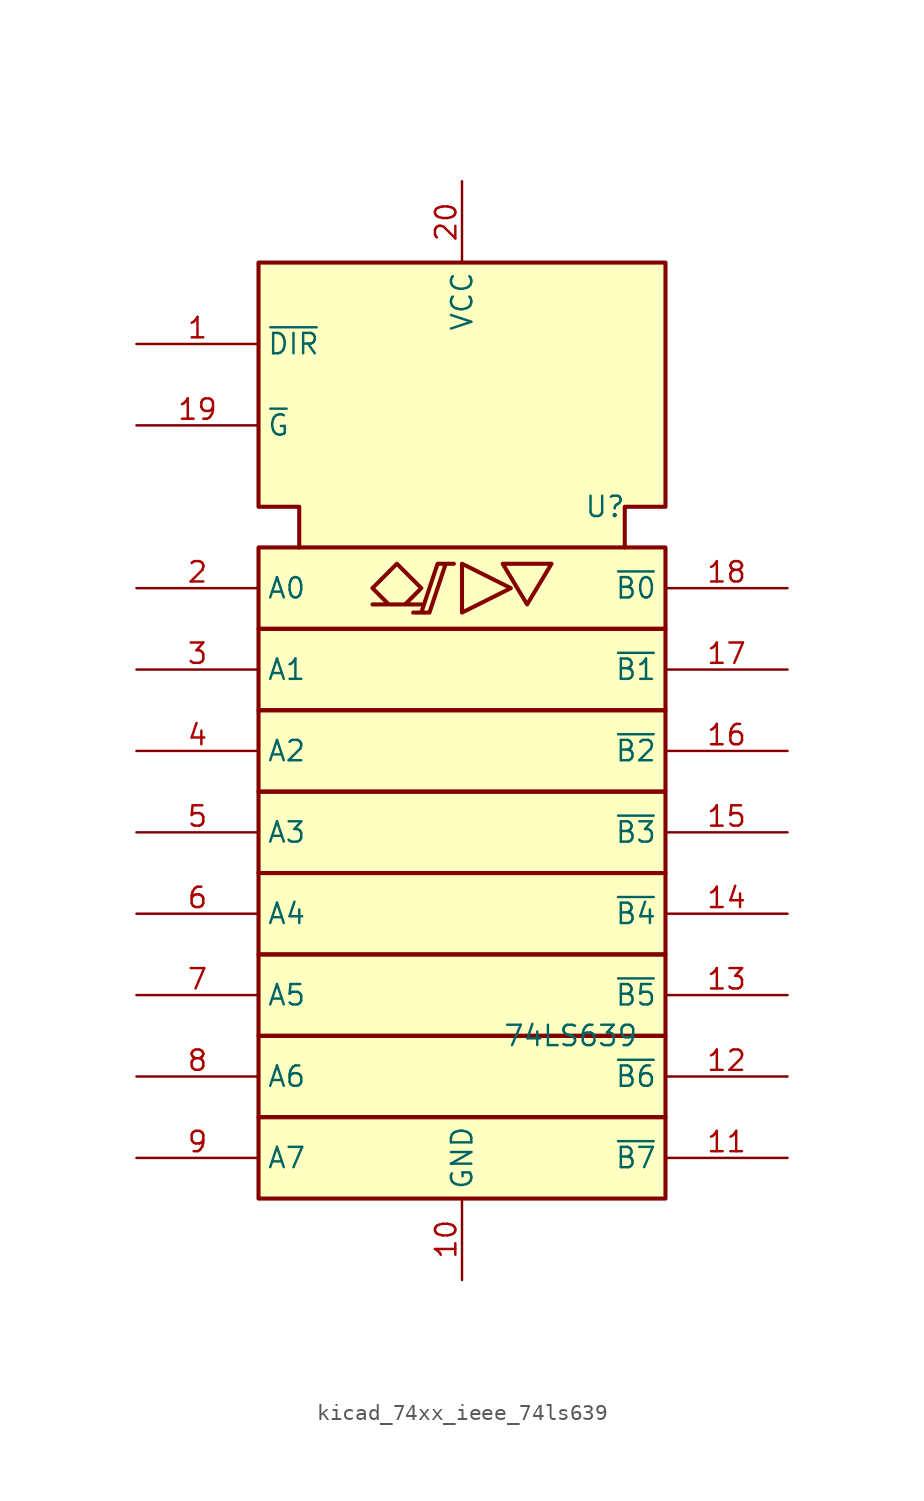
<source format=kicad_sym>
(kicad_symbol_lib
  (version 20220914)
  (generator kicad_symbol_editor)
  (symbol "kicad_74xx_ieee_74ls639"
    (property "Reference" "U"
      (at 7.62 17.78 0)
      (effects (font (size 1.27 1.27)) (justify left)))
    (property "Value" "74LS639"
      (at 2.54 -15.24 0)
      (effects (font (size 1.27 1.27)) (justify left)))
    (symbol "kicad_74xx_ieee_74ls639_0_0"
      (polyline (pts (xy 0 14.224) (xy 0 11.176) (xy 3.048 12.7) (xy 0 14.224) (xy 0 14.224)) (stroke (width 0.254) (type default)) (fill (type background)))
      (polyline (pts (xy 2.54 14.224) (xy 5.588 14.224) (xy 4.064 11.684) (xy 2.54 14.224) (xy 2.54 14.224)) (stroke (width 0.254) (type default)) (fill (type background)))
      (polyline (pts (xy -3.048 11.176) (xy -2.032 11.176) (xy -1.016 14.224) (xy -0.508 14.224) (xy -1.524 14.224) (xy -2.54 11.176) (xy -2.54 11.176)) (stroke (width 0.254) (type default)) (fill (type background)))
      (polyline (pts (xy -4.064 14.224) (xy -5.588 12.7) (xy -4.572 11.684) (xy -5.588 11.684) (xy -2.54 11.684) (xy -3.556 11.684) (xy -2.54 12.7) (xy -4.064 14.224) (xy -4.064 14.224)) (stroke (width 0.254) (type default)) (fill (type background)))
      (pin power_in line (at 0 -30.48 90) (length 5.08) (name "GND" (effects (font (size 1.27 1.27)))) (number "10" (effects (font (size 1.27 1.27)))))
      (pin power_in line (at 0 38.1 270) (length 5.08) (name "VCC" (effects (font (size 1.27 1.27)))) (number "20" (effects (font (size 1.27 1.27))))))
    (symbol "kicad_74xx_ieee_74ls639_0_1"
      (rectangle (start -12.7 -20.32) (end 12.7 -25.4) (stroke (width 0.254) (type default)) (fill (type background)))
      (rectangle (start -12.7 -15.24) (end 12.7 -20.32) (stroke (width 0.254) (type default)) (fill (type background)))
      (rectangle (start -12.7 -10.16) (end 12.7 -15.24) (stroke (width 0.254) (type default)) (fill (type background)))
      (rectangle (start -12.7 -5.08) (end 12.7 -10.16) (stroke (width 0.254) (type default)) (fill (type background)))
      (rectangle (start -12.7 0) (end 12.7 -5.08) (stroke (width 0.254) (type default)) (fill (type background)))
      (rectangle (start -12.7 5.08) (end 12.7 0) (stroke (width 0.254) (type default)) (fill (type background)))
      (rectangle (start -12.7 10.16) (end 12.7 5.08) (stroke (width 0.254) (type default)) (fill (type background)))
      (rectangle (start -12.7 15.24) (end 12.7 10.16) (stroke (width 0.254) (type default)) (fill (type background)))
      (polyline (pts (xy -10.16 15.24) (xy -10.16 17.78) (xy -12.7 17.78) (xy -12.7 33.02) (xy 12.7 33.02) (xy 12.7 17.78) (xy 10.16 17.78) (xy 10.16 15.24) (xy 10.16 15.24)) (stroke (width 0.254) (type default)) (fill (type background))))
    (symbol "kicad_74xx_ieee_74ls639_1_1"
      (pin input line (at -20.32 27.94 0) (length 7.62) (name "~{DIR}" (effects (font (size 1.27 1.27)))) (number "1" (effects (font (size 1.27 1.27)))))
      (pin tri_state line (at 20.32 -22.86 180) (length 7.62) (name "~{B7}" (effects (font (size 1.27 1.27)))) (number "11" (effects (font (size 1.27 1.27)))))
      (pin tri_state line (at 20.32 -17.78 180) (length 7.62) (name "~{B6}" (effects (font (size 1.27 1.27)))) (number "12" (effects (font (size 1.27 1.27)))))
      (pin tri_state line (at 20.32 -12.7 180) (length 7.62) (name "~{B5}" (effects (font (size 1.27 1.27)))) (number "13" (effects (font (size 1.27 1.27)))))
      (pin tri_state line (at 20.32 -7.62 180) (length 7.62) (name "~{B4}" (effects (font (size 1.27 1.27)))) (number "14" (effects (font (size 1.27 1.27)))))
      (pin tri_state line (at 20.32 -2.54 180) (length 7.62) (name "~{B3}" (effects (font (size 1.27 1.27)))) (number "15" (effects (font (size 1.27 1.27)))))
      (pin tri_state line (at 20.32 2.54 180) (length 7.62) (name "~{B2}" (effects (font (size 1.27 1.27)))) (number "16" (effects (font (size 1.27 1.27)))))
      (pin tri_state line (at 20.32 7.62 180) (length 7.62) (name "~{B1}" (effects (font (size 1.27 1.27)))) (number "17" (effects (font (size 1.27 1.27)))))
      (pin tri_state line (at 20.32 12.7 180) (length 7.62) (name "~{B0}" (effects (font (size 1.27 1.27)))) (number "18" (effects (font (size 1.27 1.27)))))
      (pin input line (at -20.32 22.86 0) (length 7.62) (name "~{G}" (effects (font (size 1.27 1.27)))) (number "19" (effects (font (size 1.27 1.27)))))
      (pin tri_state line (at -20.32 12.7 0) (length 7.62) (name "A0" (effects (font (size 1.27 1.27)))) (number "2" (effects (font (size 1.27 1.27)))))
      (pin tri_state line (at -20.32 7.62 0) (length 7.62) (name "A1" (effects (font (size 1.27 1.27)))) (number "3" (effects (font (size 1.27 1.27)))))
      (pin tri_state line (at -20.32 2.54 0) (length 7.62) (name "A2" (effects (font (size 1.27 1.27)))) (number "4" (effects (font (size 1.27 1.27)))))
      (pin tri_state line (at -20.32 -2.54 0) (length 7.62) (name "A3" (effects (font (size 1.27 1.27)))) (number "5" (effects (font (size 1.27 1.27)))))
      (pin tri_state line (at -20.32 -7.62 0) (length 7.62) (name "A4" (effects (font (size 1.27 1.27)))) (number "6" (effects (font (size 1.27 1.27)))))
      (pin tri_state line (at -20.32 -12.7 0) (length 7.62) (name "A5" (effects (font (size 1.27 1.27)))) (number "7" (effects (font (size 1.27 1.27)))))
      (pin tri_state line (at -20.32 -17.78 0) (length 7.62) (name "A6" (effects (font (size 1.27 1.27)))) (number "8" (effects (font (size 1.27 1.27)))))
      (pin tri_state line (at -20.32 -22.86 0) (length 7.62) (name "A7" (effects (font (size 1.27 1.27)))) (number "9" (effects (font (size 1.27 1.27))))))))
</source>
